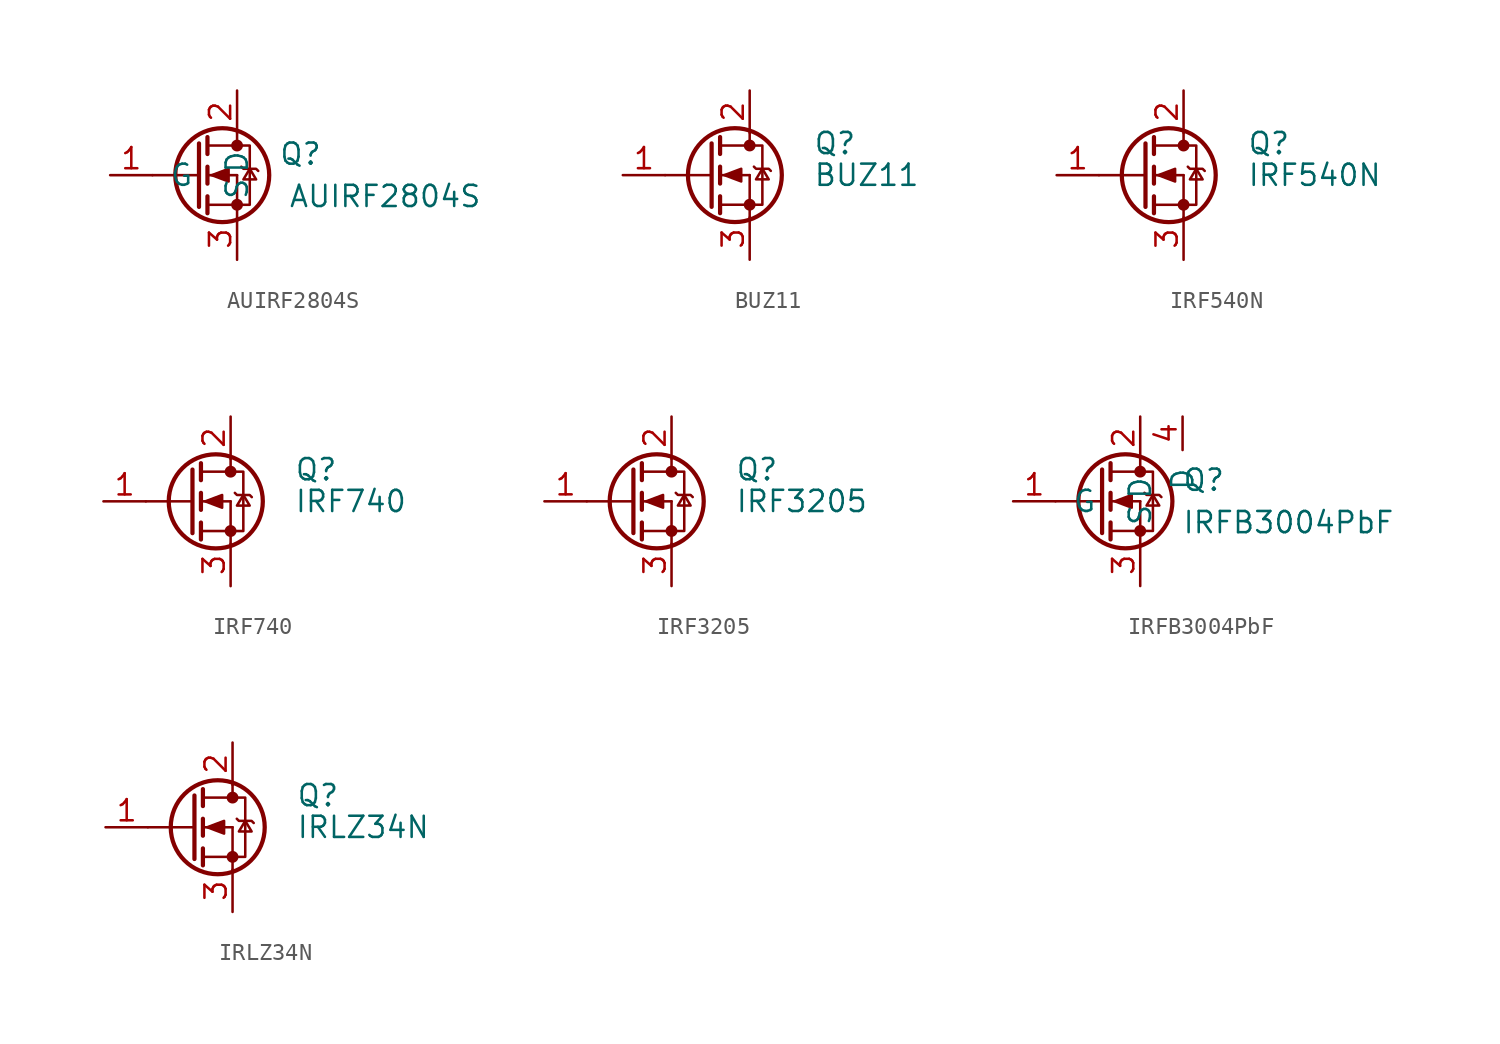
<source format=kicad_sym>
(kicad_symbol_lib
  (version 20220914)
  (generator kicad_symbol_editor)
  (symbol "AUIRF2804S"
    (pin_names
      (offset 1.016))
    (property "Reference" "Q"
      (at 3.81 1.27 0)
      (effects (font (size 1.27 1.27))))
    (property "Value" "AUIRF2804S"
      (at 8.89 -1.27 0)
      (effects (font (size 1.27 1.27))))
    (symbol "AUIRF2804S_1_1"
      (circle (center -0.889 0) (radius 2.819) (stroke (width 0.254) (type solid)) (fill (type none)))
      (circle (center 0 -1.778) (radius 0.279) (stroke (width 0) (type solid)) (fill (type outline)))
      (polyline (pts (xy -2.286 0) (xy -5.08 0)) (stroke (width 0) (type solid)) (fill (type none)))
      (polyline (pts (xy -1.778 -1.778) (xy 0 -1.778)) (stroke (width 0) (type solid)) (fill (type none)))
      (polyline (pts (xy -1.778 -1.27) (xy -1.778 -2.286)) (stroke (width 0.254) (type solid)) (fill (type none)))
      (polyline (pts (xy -1.778 0) (xy 0 0)) (stroke (width 0) (type solid)) (fill (type none)))
      (polyline (pts (xy -1.778 0.508) (xy -1.778 -0.508)) (stroke (width 0.254) (type solid)) (fill (type none)))
      (polyline (pts (xy -1.778 1.778) (xy 0 1.778)) (stroke (width 0) (type solid)) (fill (type none)))
      (polyline (pts (xy -1.778 2.286) (xy -1.778 1.27)) (stroke (width 0.254) (type solid)) (fill (type none)))
      (polyline (pts (xy 0 -1.778) (xy 0 -2.54)) (stroke (width 0) (type solid)) (fill (type none)))
      (polyline (pts (xy 0 -1.778) (xy 0 0)) (stroke (width 0) (type solid)) (fill (type none)))
      (polyline (pts (xy 0 2.54) (xy 0 1.778)) (stroke (width 0) (type solid)) (fill (type none)))
      (polyline (pts (xy -2.286 1.905) (xy -2.286 -1.905) (xy -2.286 -1.905)) (stroke (width 0.254) (type solid)) (fill (type none)))
      (polyline (pts (xy -1.524 0) (xy -0.508 0.381) (xy -0.508 -0.381) (xy -1.524 0)) (stroke (width 0) (type solid)) (fill (type outline)))
      (polyline (pts (xy 0 -1.778) (xy 0.762 -1.778) (xy 0.762 1.778) (xy 0 1.778)) (stroke (width 0) (type solid)) (fill (type none)))
      (polyline (pts (xy 0.254 0.508) (xy 0.381 0.381) (xy 1.143 0.381) (xy 1.27 0.254)) (stroke (width 0) (type solid)) (fill (type none)))
      (polyline (pts (xy 0.762 0.381) (xy 0.381 -0.254) (xy 1.143 -0.254) (xy 0.762 0.381)) (stroke (width 0) (type solid)) (fill (type none)))
      (circle (center 0 1.778) (radius 0.279) (stroke (width 0) (type solid)) (fill (type outline)))
      (pin input line (at -7.62 0 0) (length 2.54) (name "G" (effects (font (size 1.27 1.27)))) (number "1" (effects (font (size 1.27 1.27)))))
      (pin passive line (at 0 5.08 270) (length 2.54) (name "D" (effects (font (size 1.27 1.27)))) (number "2" (effects (font (size 1.27 1.27)))))
      (pin passive line (at 0 -5.08 90) (length 2.54) (name "S" (effects (font (size 1.27 1.27)))) (number "3" (effects (font (size 1.27 1.27)))))))
  (symbol "BUZ11"
    (pin_names
      (offset 0) hide)
    (property "Reference" "Q"
      (at 6.35 1.905 0)
      (effects (font (size 1.27 1.27)) (justify left)))
    (property "Value" "BUZ11"
      (at 6.35 0 0)
      (effects (font (size 1.27 1.27)) (justify left)))
    (symbol "BUZ11_0_1"
      (polyline (pts (xy 0.254 0) (xy -2.54 0)) (stroke (width 0) (type solid)) (fill (type none)))
      (polyline (pts (xy 0.762 -1.778) (xy 2.54 -1.778)) (stroke (width 0) (type solid)) (fill (type none)))
      (polyline (pts (xy 0.762 -1.27) (xy 0.762 -2.286)) (stroke (width 0.254) (type solid)) (fill (type none)))
      (polyline (pts (xy 0.762 0) (xy 2.54 0)) (stroke (width 0) (type solid)) (fill (type none)))
      (polyline (pts (xy 0.762 0.508) (xy 0.762 -0.508)) (stroke (width 0.254) (type solid)) (fill (type none)))
      (polyline (pts (xy 0.762 1.778) (xy 2.54 1.778)) (stroke (width 0) (type solid)) (fill (type none)))
      (polyline (pts (xy 0.762 2.286) (xy 0.762 1.27)) (stroke (width 0.254) (type solid)) (fill (type none)))
      (polyline (pts (xy 2.54 -1.778) (xy 2.54 -2.54)) (stroke (width 0) (type solid)) (fill (type none)))
      (polyline (pts (xy 2.54 -1.778) (xy 2.54 0)) (stroke (width 0) (type solid)) (fill (type none)))
      (polyline (pts (xy 2.54 2.54) (xy 2.54 1.778)) (stroke (width 0) (type solid)) (fill (type none)))
      (polyline (pts (xy 0.254 1.905) (xy 0.254 -1.905) (xy 0.254 -1.905)) (stroke (width 0.254) (type solid)) (fill (type none)))
      (polyline (pts (xy 1.016 0) (xy 2.032 0.381) (xy 2.032 -0.381) (xy 1.016 0)) (stroke (width 0) (type solid)) (fill (type outline)))
      (polyline (pts (xy 2.54 -1.778) (xy 3.302 -1.778) (xy 3.302 1.778) (xy 2.54 1.778)) (stroke (width 0) (type solid)) (fill (type none)))
      (polyline (pts (xy 2.794 0.508) (xy 2.921 0.381) (xy 3.683 0.381) (xy 3.81 0.254)) (stroke (width 0) (type solid)) (fill (type none)))
      (polyline (pts (xy 3.302 0.381) (xy 2.921 -0.254) (xy 3.683 -0.254) (xy 3.302 0.381)) (stroke (width 0) (type solid)) (fill (type none)))
      (circle (center 1.651 0) (radius 2.819) (stroke (width 0.254) (type solid)) (fill (type none)))
      (circle (center 2.54 -1.778) (radius 0.279) (stroke (width 0) (type solid)) (fill (type outline)))
      (circle (center 2.54 1.778) (radius 0.279) (stroke (width 0) (type solid)) (fill (type outline))))
    (symbol "BUZ11_1_1"
      (pin input line (at -5.08 0 0) (length 2.54) (name "G" (effects (font (size 1.27 1.27)))) (number "1" (effects (font (size 1.27 1.27)))))
      (pin passive line (at 2.54 5.08 270) (length 2.54) (name "D" (effects (font (size 1.27 1.27)))) (number "2" (effects (font (size 1.27 1.27)))))
      (pin passive line (at 2.54 -5.08 90) (length 2.54) (name "S" (effects (font (size 1.27 1.27)))) (number "3" (effects (font (size 1.27 1.27)))))))
  (symbol "IRF540N"
    (pin_names
      (offset 0) hide)
    (property "Reference" "Q"
      (at 6.35 1.905 0)
      (effects (font (size 1.27 1.27)) (justify left)))
    (property "Value" "IRF540N"
      (at 6.35 0 0)
      (effects (font (size 1.27 1.27)) (justify left)))
    (symbol "IRF540N_0_1"
      (polyline (pts (xy 0.254 0) (xy -2.54 0)) (stroke (width 0) (type solid)) (fill (type none)))
      (polyline (pts (xy 0.762 -1.778) (xy 2.54 -1.778)) (stroke (width 0) (type solid)) (fill (type none)))
      (polyline (pts (xy 0.762 -1.27) (xy 0.762 -2.286)) (stroke (width 0.254) (type solid)) (fill (type none)))
      (polyline (pts (xy 0.762 0) (xy 2.54 0)) (stroke (width 0) (type solid)) (fill (type none)))
      (polyline (pts (xy 0.762 0.508) (xy 0.762 -0.508)) (stroke (width 0.254) (type solid)) (fill (type none)))
      (polyline (pts (xy 0.762 1.778) (xy 2.54 1.778)) (stroke (width 0) (type solid)) (fill (type none)))
      (polyline (pts (xy 0.762 2.286) (xy 0.762 1.27)) (stroke (width 0.254) (type solid)) (fill (type none)))
      (polyline (pts (xy 2.54 -1.778) (xy 2.54 -2.54)) (stroke (width 0) (type solid)) (fill (type none)))
      (polyline (pts (xy 2.54 -1.778) (xy 2.54 0)) (stroke (width 0) (type solid)) (fill (type none)))
      (polyline (pts (xy 2.54 2.54) (xy 2.54 1.778)) (stroke (width 0) (type solid)) (fill (type none)))
      (polyline (pts (xy 0.254 1.905) (xy 0.254 -1.905) (xy 0.254 -1.905)) (stroke (width 0.254) (type solid)) (fill (type none)))
      (polyline (pts (xy 1.016 0) (xy 2.032 0.381) (xy 2.032 -0.381) (xy 1.016 0)) (stroke (width 0) (type solid)) (fill (type outline)))
      (polyline (pts (xy 2.54 -1.778) (xy 3.302 -1.778) (xy 3.302 1.778) (xy 2.54 1.778)) (stroke (width 0) (type solid)) (fill (type none)))
      (polyline (pts (xy 2.794 0.508) (xy 2.921 0.381) (xy 3.683 0.381) (xy 3.81 0.254)) (stroke (width 0) (type solid)) (fill (type none)))
      (polyline (pts (xy 3.302 0.381) (xy 2.921 -0.254) (xy 3.683 -0.254) (xy 3.302 0.381)) (stroke (width 0) (type solid)) (fill (type none)))
      (circle (center 1.651 0) (radius 2.819) (stroke (width 0.254) (type solid)) (fill (type none)))
      (circle (center 2.54 -1.778) (radius 0.279) (stroke (width 0) (type solid)) (fill (type outline)))
      (circle (center 2.54 1.778) (radius 0.279) (stroke (width 0) (type solid)) (fill (type outline))))
    (symbol "IRF540N_1_1"
      (pin input line (at -5.08 0 0) (length 2.54) (name "G" (effects (font (size 1.27 1.27)))) (number "1" (effects (font (size 1.27 1.27)))))
      (pin passive line (at 2.54 5.08 270) (length 2.54) (name "D" (effects (font (size 1.27 1.27)))) (number "2" (effects (font (size 1.27 1.27)))))
      (pin passive line (at 2.54 -5.08 90) (length 2.54) (name "S" (effects (font (size 1.27 1.27)))) (number "3" (effects (font (size 1.27 1.27)))))))
  (symbol "IRF740"
    (pin_names
      (offset 0) hide)
    (property "Reference" "Q"
      (at 6.35 1.905 0)
      (effects (font (size 1.27 1.27)) (justify left)))
    (property "Value" "IRF740"
      (at 6.35 0 0)
      (effects (font (size 1.27 1.27)) (justify left)))
    (symbol "IRF740_0_1"
      (polyline (pts (xy 0.254 0) (xy -2.54 0)) (stroke (width 0) (type solid)) (fill (type none)))
      (polyline (pts (xy 0.762 -1.778) (xy 2.54 -1.778)) (stroke (width 0) (type solid)) (fill (type none)))
      (polyline (pts (xy 0.762 -1.27) (xy 0.762 -2.286)) (stroke (width 0.254) (type solid)) (fill (type none)))
      (polyline (pts (xy 0.762 0) (xy 2.54 0)) (stroke (width 0) (type solid)) (fill (type none)))
      (polyline (pts (xy 0.762 0.508) (xy 0.762 -0.508)) (stroke (width 0.254) (type solid)) (fill (type none)))
      (polyline (pts (xy 0.762 1.778) (xy 2.54 1.778)) (stroke (width 0) (type solid)) (fill (type none)))
      (polyline (pts (xy 0.762 2.286) (xy 0.762 1.27)) (stroke (width 0.254) (type solid)) (fill (type none)))
      (polyline (pts (xy 2.54 -1.778) (xy 2.54 -2.54)) (stroke (width 0) (type solid)) (fill (type none)))
      (polyline (pts (xy 2.54 -1.778) (xy 2.54 0)) (stroke (width 0) (type solid)) (fill (type none)))
      (polyline (pts (xy 2.54 2.54) (xy 2.54 1.778)) (stroke (width 0) (type solid)) (fill (type none)))
      (polyline (pts (xy 0.254 1.905) (xy 0.254 -1.905) (xy 0.254 -1.905)) (stroke (width 0.254) (type solid)) (fill (type none)))
      (polyline (pts (xy 1.016 0) (xy 2.032 0.381) (xy 2.032 -0.381) (xy 1.016 0)) (stroke (width 0) (type solid)) (fill (type outline)))
      (polyline (pts (xy 2.54 -1.778) (xy 3.302 -1.778) (xy 3.302 1.778) (xy 2.54 1.778)) (stroke (width 0) (type solid)) (fill (type none)))
      (polyline (pts (xy 2.794 0.508) (xy 2.921 0.381) (xy 3.683 0.381) (xy 3.81 0.254)) (stroke (width 0) (type solid)) (fill (type none)))
      (polyline (pts (xy 3.302 0.381) (xy 2.921 -0.254) (xy 3.683 -0.254) (xy 3.302 0.381)) (stroke (width 0) (type solid)) (fill (type none)))
      (circle (center 1.651 0) (radius 2.819) (stroke (width 0.254) (type solid)) (fill (type none)))
      (circle (center 2.54 -1.778) (radius 0.279) (stroke (width 0) (type solid)) (fill (type outline)))
      (circle (center 2.54 1.778) (radius 0.279) (stroke (width 0) (type solid)) (fill (type outline))))
    (symbol "IRF740_1_1"
      (pin input line (at -5.08 0 0) (length 2.54) (name "G" (effects (font (size 1.27 1.27)))) (number "1" (effects (font (size 1.27 1.27)))))
      (pin passive line (at 2.54 5.08 270) (length 2.54) (name "D" (effects (font (size 1.27 1.27)))) (number "2" (effects (font (size 1.27 1.27)))))
      (pin passive line (at 2.54 -5.08 90) (length 2.54) (name "S" (effects (font (size 1.27 1.27)))) (number "3" (effects (font (size 1.27 1.27)))))))
  (symbol "IRF3205"
    (pin_names
      (offset 0) hide)
    (property "Reference" "Q"
      (at 6.35 1.905 0)
      (effects (font (size 1.27 1.27)) (justify left)))
    (property "Value" "IRF3205"
      (at 6.35 0 0)
      (effects (font (size 1.27 1.27)) (justify left)))
    (symbol "IRF3205_0_1"
      (polyline (pts (xy 0.254 0) (xy -2.54 0)) (stroke (width 0) (type solid)) (fill (type none)))
      (polyline (pts (xy 0.762 -1.778) (xy 2.54 -1.778)) (stroke (width 0) (type solid)) (fill (type none)))
      (polyline (pts (xy 0.762 -1.27) (xy 0.762 -2.286)) (stroke (width 0.254) (type solid)) (fill (type none)))
      (polyline (pts (xy 0.762 0) (xy 2.54 0)) (stroke (width 0) (type solid)) (fill (type none)))
      (polyline (pts (xy 0.762 0.508) (xy 0.762 -0.508)) (stroke (width 0.254) (type solid)) (fill (type none)))
      (polyline (pts (xy 0.762 1.778) (xy 2.54 1.778)) (stroke (width 0) (type solid)) (fill (type none)))
      (polyline (pts (xy 0.762 2.286) (xy 0.762 1.27)) (stroke (width 0.254) (type solid)) (fill (type none)))
      (polyline (pts (xy 2.54 -1.778) (xy 2.54 -2.54)) (stroke (width 0) (type solid)) (fill (type none)))
      (polyline (pts (xy 2.54 -1.778) (xy 2.54 0)) (stroke (width 0) (type solid)) (fill (type none)))
      (polyline (pts (xy 2.54 2.54) (xy 2.54 1.778)) (stroke (width 0) (type solid)) (fill (type none)))
      (polyline (pts (xy 0.254 1.905) (xy 0.254 -1.905) (xy 0.254 -1.905)) (stroke (width 0.254) (type solid)) (fill (type none)))
      (polyline (pts (xy 1.016 0) (xy 2.032 0.381) (xy 2.032 -0.381) (xy 1.016 0)) (stroke (width 0) (type solid)) (fill (type outline)))
      (polyline (pts (xy 2.54 -1.778) (xy 3.302 -1.778) (xy 3.302 1.778) (xy 2.54 1.778)) (stroke (width 0) (type solid)) (fill (type none)))
      (polyline (pts (xy 2.794 0.508) (xy 2.921 0.381) (xy 3.683 0.381) (xy 3.81 0.254)) (stroke (width 0) (type solid)) (fill (type none)))
      (polyline (pts (xy 3.302 0.381) (xy 2.921 -0.254) (xy 3.683 -0.254) (xy 3.302 0.381)) (stroke (width 0) (type solid)) (fill (type none)))
      (circle (center 1.651 0) (radius 2.819) (stroke (width 0.254) (type solid)) (fill (type none)))
      (circle (center 2.54 -1.778) (radius 0.279) (stroke (width 0) (type solid)) (fill (type outline)))
      (circle (center 2.54 1.778) (radius 0.279) (stroke (width 0) (type solid)) (fill (type outline))))
    (symbol "IRF3205_1_1"
      (pin input line (at -5.08 0 0) (length 2.54) (name "G" (effects (font (size 1.27 1.27)))) (number "1" (effects (font (size 1.27 1.27)))))
      (pin passive line (at 2.54 5.08 270) (length 2.54) (name "D" (effects (font (size 1.27 1.27)))) (number "2" (effects (font (size 1.27 1.27)))))
      (pin passive line (at 2.54 -5.08 90) (length 2.54) (name "S" (effects (font (size 1.27 1.27)))) (number "3" (effects (font (size 1.27 1.27)))))))
  (symbol "IRFB3004PbF"
    (pin_names
      (offset 1.016))
    (property "Reference" "Q"
      (at 3.81 1.27 0)
      (effects (font (size 1.27 1.27))))
    (property "Value" "IRFB3004PbF"
      (at 8.89 -1.27 0)
      (effects (font (size 1.27 1.27))))
    (symbol "IRFB3004PbF_1_1"
      (circle (center -0.889 0) (radius 2.819) (stroke (width 0.254) (type solid)) (fill (type none)))
      (circle (center 0 -1.778) (radius 0.279) (stroke (width 0) (type solid)) (fill (type outline)))
      (polyline (pts (xy -2.286 0) (xy -5.08 0)) (stroke (width 0) (type solid)) (fill (type none)))
      (polyline (pts (xy -1.778 -1.778) (xy 0 -1.778)) (stroke (width 0) (type solid)) (fill (type none)))
      (polyline (pts (xy -1.778 -1.27) (xy -1.778 -2.286)) (stroke (width 0.254) (type solid)) (fill (type none)))
      (polyline (pts (xy -1.778 0) (xy 0 0)) (stroke (width 0) (type solid)) (fill (type none)))
      (polyline (pts (xy -1.778 0.508) (xy -1.778 -0.508)) (stroke (width 0.254) (type solid)) (fill (type none)))
      (polyline (pts (xy -1.778 1.778) (xy 0 1.778)) (stroke (width 0) (type solid)) (fill (type none)))
      (polyline (pts (xy -1.778 2.286) (xy -1.778 1.27)) (stroke (width 0.254) (type solid)) (fill (type none)))
      (polyline (pts (xy 0 -1.778) (xy 0 -2.54)) (stroke (width 0) (type solid)) (fill (type none)))
      (polyline (pts (xy 0 -1.778) (xy 0 0)) (stroke (width 0) (type solid)) (fill (type none)))
      (polyline (pts (xy 0 2.54) (xy 0 1.778)) (stroke (width 0) (type solid)) (fill (type none)))
      (polyline (pts (xy -2.286 1.905) (xy -2.286 -1.905) (xy -2.286 -1.905)) (stroke (width 0.254) (type solid)) (fill (type none)))
      (polyline (pts (xy -1.524 0) (xy -0.508 0.381) (xy -0.508 -0.381) (xy -1.524 0)) (stroke (width 0) (type solid)) (fill (type outline)))
      (polyline (pts (xy 0 -1.778) (xy 0.762 -1.778) (xy 0.762 1.778) (xy 0 1.778)) (stroke (width 0) (type solid)) (fill (type none)))
      (polyline (pts (xy 0.254 0.508) (xy 0.381 0.381) (xy 1.143 0.381) (xy 1.27 0.254)) (stroke (width 0) (type solid)) (fill (type none)))
      (polyline (pts (xy 0.762 0.381) (xy 0.381 -0.254) (xy 1.143 -0.254) (xy 0.762 0.381)) (stroke (width 0) (type solid)) (fill (type none)))
      (circle (center 0 1.778) (radius 0.279) (stroke (width 0) (type solid)) (fill (type outline)))
      (pin input line (at -7.62 0 0) (length 2.54) (name "G" (effects (font (size 1.27 1.27)))) (number "1" (effects (font (size 1.27 1.27)))))
      (pin passive line (at 0 5.08 270) (length 2.54) (name "D" (effects (font (size 1.27 1.27)))) (number "2" (effects (font (size 1.27 1.27)))))
      (pin passive line (at 0 -5.08 90) (length 2.54) (name "S" (effects (font (size 1.27 1.27)))) (number "3" (effects (font (size 1.27 1.27)))))
      (pin passive line (at 2.54 5.08 270) (length 2.007) (name "D" (effects (font (size 1.27 1.27)))) (number "4" (effects (font (size 1.27 1.27)))))))
  (symbol "IRLZ34N"
    (pin_names
      (offset 0) hide)
    (property "Reference" "Q"
      (at 6.35 1.905 0)
      (effects (font (size 1.27 1.27)) (justify left)))
    (property "Value" "IRLZ34N"
      (at 6.35 0 0)
      (effects (font (size 1.27 1.27)) (justify left)))
    (symbol "IRLZ34N_0_1"
      (polyline (pts (xy 0.254 0) (xy -2.54 0)) (stroke (width 0) (type solid)) (fill (type none)))
      (polyline (pts (xy 0.762 -1.778) (xy 2.54 -1.778)) (stroke (width 0) (type solid)) (fill (type none)))
      (polyline (pts (xy 0.762 -1.27) (xy 0.762 -2.286)) (stroke (width 0.254) (type solid)) (fill (type none)))
      (polyline (pts (xy 0.762 0) (xy 2.54 0)) (stroke (width 0) (type solid)) (fill (type none)))
      (polyline (pts (xy 0.762 0.508) (xy 0.762 -0.508)) (stroke (width 0.254) (type solid)) (fill (type none)))
      (polyline (pts (xy 0.762 1.778) (xy 2.54 1.778)) (stroke (width 0) (type solid)) (fill (type none)))
      (polyline (pts (xy 0.762 2.286) (xy 0.762 1.27)) (stroke (width 0.254) (type solid)) (fill (type none)))
      (polyline (pts (xy 2.54 -1.778) (xy 2.54 -2.54)) (stroke (width 0) (type solid)) (fill (type none)))
      (polyline (pts (xy 2.54 -1.778) (xy 2.54 0)) (stroke (width 0) (type solid)) (fill (type none)))
      (polyline (pts (xy 2.54 2.54) (xy 2.54 1.778)) (stroke (width 0) (type solid)) (fill (type none)))
      (polyline (pts (xy 0.254 1.905) (xy 0.254 -1.905) (xy 0.254 -1.905)) (stroke (width 0.254) (type solid)) (fill (type none)))
      (polyline (pts (xy 1.016 0) (xy 2.032 0.381) (xy 2.032 -0.381) (xy 1.016 0)) (stroke (width 0) (type solid)) (fill (type outline)))
      (polyline (pts (xy 2.54 -1.778) (xy 3.302 -1.778) (xy 3.302 1.778) (xy 2.54 1.778)) (stroke (width 0) (type solid)) (fill (type none)))
      (polyline (pts (xy 2.794 0.508) (xy 2.921 0.381) (xy 3.683 0.381) (xy 3.81 0.254)) (stroke (width 0) (type solid)) (fill (type none)))
      (polyline (pts (xy 3.302 0.381) (xy 2.921 -0.254) (xy 3.683 -0.254) (xy 3.302 0.381)) (stroke (width 0) (type solid)) (fill (type none)))
      (circle (center 1.651 0) (radius 2.819) (stroke (width 0.254) (type solid)) (fill (type none)))
      (circle (center 2.54 -1.778) (radius 0.279) (stroke (width 0) (type solid)) (fill (type outline)))
      (circle (center 2.54 1.778) (radius 0.279) (stroke (width 0) (type solid)) (fill (type outline))))
    (symbol "IRLZ34N_1_1"
      (pin input line (at -5.08 0 0) (length 2.54) (name "G" (effects (font (size 1.27 1.27)))) (number "1" (effects (font (size 1.27 1.27)))))
      (pin passive line (at 2.54 5.08 270) (length 2.54) (name "D" (effects (font (size 1.27 1.27)))) (number "2" (effects (font (size 1.27 1.27)))))
      (pin passive line (at 2.54 -5.08 90) (length 2.54) (name "S" (effects (font (size 1.27 1.27)))) (number "3" (effects (font (size 1.27 1.27))))))))
</source>
